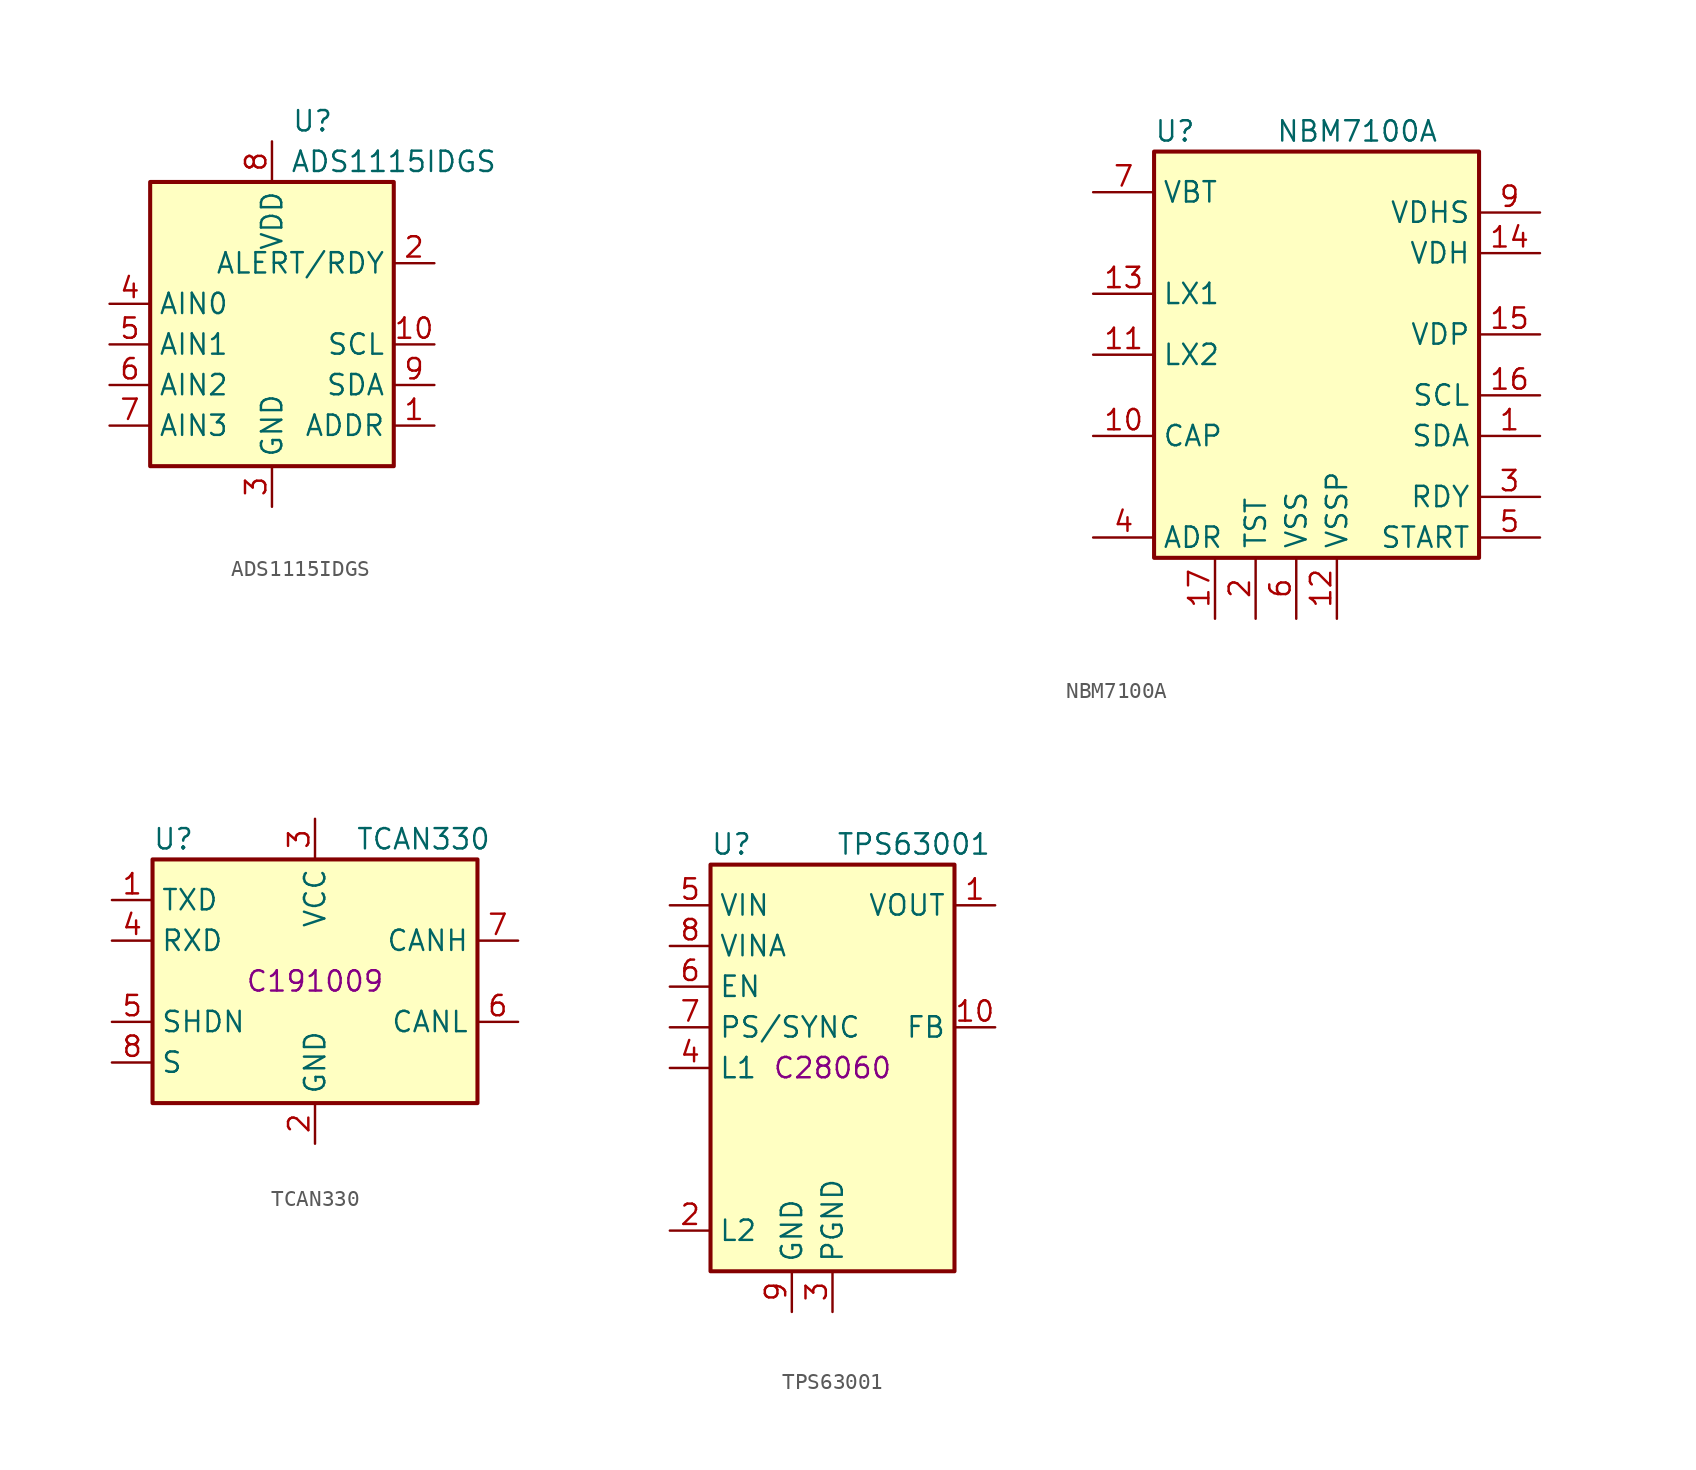
<source format=kicad_sym>
(kicad_symbol_lib
  (version 20220914)
  (generator kicad_symbol_editor)
  (symbol "ADS1115IDGS"
    (property "Reference" "U"
      (at 2.54 13.97 0)
      (effects (font (size 1.27 1.27))))
    (property "Value" "ADS1115IDGS"
      (at 7.62 11.43 0)
      (effects (font (size 1.27 1.27))))
    (symbol "ADS1115IDGS_0_1"
      (rectangle (start -7.62 10.16) (end 7.62 -7.62) (stroke (width 0.254) (type default)) (fill (type background))))
    (symbol "ADS1115IDGS_1_1"
      (pin input line (at 10.16 -5.08 180) (length 2.54) (name "ADDR" (effects (font (size 1.27 1.27)))) (number "1" (effects (font (size 1.27 1.27)))))
      (pin input line (at 10.16 0 180) (length 2.54) (name "SCL" (effects (font (size 1.27 1.27)))) (number "10" (effects (font (size 1.27 1.27)))))
      (pin output line (at 10.16 5.08 180) (length 2.54) (name "ALERT/RDY" (effects (font (size 1.27 1.27)))) (number "2" (effects (font (size 1.27 1.27)))))
      (pin power_in line (at 0 -10.16 90) (length 2.54) (name "GND" (effects (font (size 1.27 1.27)))) (number "3" (effects (font (size 1.27 1.27)))))
      (pin input line (at -10.16 2.54 0) (length 2.54) (name "AIN0" (effects (font (size 1.27 1.27)))) (number "4" (effects (font (size 1.27 1.27)))))
      (pin input line (at -10.16 0 0) (length 2.54) (name "AIN1" (effects (font (size 1.27 1.27)))) (number "5" (effects (font (size 1.27 1.27)))))
      (pin input line (at -10.16 -2.54 0) (length 2.54) (name "AIN2" (effects (font (size 1.27 1.27)))) (number "6" (effects (font (size 1.27 1.27)))))
      (pin input line (at -10.16 -5.08 0) (length 2.54) (name "AIN3" (effects (font (size 1.27 1.27)))) (number "7" (effects (font (size 1.27 1.27)))))
      (pin power_in line (at 0 12.7 270) (length 2.54) (name "VDD" (effects (font (size 1.27 1.27)))) (number "8" (effects (font (size 1.27 1.27)))))
      (pin bidirectional line (at 10.16 -2.54 180) (length 2.54) (name "SDA" (effects (font (size 1.27 1.27)))) (number "9" (effects (font (size 1.27 1.27)))))))
  (symbol "NBM7100A"
    (property "Reference" "U"
      (at -7.62 13.97 0)
      (effects (font (size 1.27 1.27)) (justify left)))
    (property "Value" "NBM7100A"
      (at 5.08 13.97 0)
      (effects (font (size 1.27 1.27))))
    (symbol "NBM7100A_0_1"
      (rectangle (start -7.62 12.7) (end 12.7 -12.7) (stroke (width 0.254) (type default)) (fill (type background))))
    (symbol "NBM7100A_1_0"
      (pin power_out line (at 3.81 -16.51 90) (length 3.81) (name "VSSP" (effects (font (size 1.27 1.27)))) (number "12" (effects (font (size 1.27 1.27)))))
      (pin bidirectional line (at -11.43 3.81 0) (length 3.81) (name "LX1" (effects (font (size 1.27 1.27)))) (number "13" (effects (font (size 1.27 1.27)))))
      (pin power_out line (at 16.51 6.35 180) (length 3.81) (name "VDH" (effects (font (size 1.27 1.27)))) (number "14" (effects (font (size 1.27 1.27)))))
      (pin power_out line (at 16.51 1.27 180) (length 3.81) (name "VDP" (effects (font (size 1.27 1.27)))) (number "15" (effects (font (size 1.27 1.27)))))
      (pin input line (at 16.51 -2.54 180) (length 3.81) (name "SCL" (effects (font (size 1.27 1.27)))) (number "16" (effects (font (size 1.27 1.27)))))
      (pin input line (at -3.81 -16.51 90) (length 3.81) (name "" (effects (font (size 1.27 1.27)))) (number "17" (effects (font (size 1.27 1.27)))))
      (pin no_connect line (at -33.02 -15.24 180) (length 3.81) hide (name "" (effects (font (size 1.27 1.27)))) (number "8" (effects (font (size 1.27 1.27))))))
    (symbol "NBM7100A_1_1"
      (pin input line (at 16.51 -5.08 180) (length 3.81) (name "SDA" (effects (font (size 1.27 1.27)))) (number "1" (effects (font (size 1.27 1.27)))))
      (pin power_out line (at -11.43 -5.08 0) (length 3.81) (name "CAP" (effects (font (size 1.27 1.27)))) (number "10" (effects (font (size 1.27 1.27)))))
      (pin bidirectional line (at -11.43 0 0) (length 3.81) (name "LX2" (effects (font (size 1.27 1.27)))) (number "11" (effects (font (size 1.27 1.27)))))
      (pin input line (at -1.27 -16.51 90) (length 3.81) (name "TST" (effects (font (size 1.27 1.27)))) (number "2" (effects (font (size 1.27 1.27)))))
      (pin output line (at 16.51 -8.89 180) (length 3.81) (name "RDY" (effects (font (size 1.27 1.27)))) (number "3" (effects (font (size 1.27 1.27)))))
      (pin input line (at -11.43 -11.43 0) (length 3.81) (name "ADR" (effects (font (size 1.27 1.27)))) (number "4" (effects (font (size 1.27 1.27)))))
      (pin input line (at 16.51 -11.43 180) (length 3.81) (name "START" (effects (font (size 1.27 1.27)))) (number "5" (effects (font (size 1.27 1.27)))))
      (pin power_in line (at 1.27 -16.51 90) (length 3.81) (name "VSS" (effects (font (size 1.27 1.27)))) (number "6" (effects (font (size 1.27 1.27)))))
      (pin power_in line (at -11.43 10.16 0) (length 3.81) (name "VBT" (effects (font (size 1.27 1.27)))) (number "7" (effects (font (size 1.27 1.27)))))
      (pin input line (at 16.51 8.89 180) (length 3.81) (name "VDHS" (effects (font (size 1.27 1.27)))) (number "9" (effects (font (size 1.27 1.27)))))))
  (symbol "TCAN330"
    (property "Reference" "U"
      (at -10.16 8.89 0)
      (effects (font (size 1.27 1.27)) (justify left)))
    (property "Value" "TCAN330"
      (at 2.54 8.89 0)
      (effects (font (size 1.27 1.27)) (justify left)))
    (property "JLC Part #" "C191009"
      (at 0 0 0)
      (effects (font (size 1.27 1.27))))
    (symbol "TCAN330_0_1"
      (rectangle (start -10.16 7.62) (end 10.16 -7.62) (stroke (width 0.254) (type default)) (fill (type background))))
    (symbol "TCAN330_1_1"
      (pin input line (at -12.7 5.08 0) (length 2.54) (name "TXD" (effects (font (size 1.27 1.27)))) (number "1" (effects (font (size 1.27 1.27)))))
      (pin power_in line (at 0 -10.16 90) (length 2.54) (name "GND" (effects (font (size 1.27 1.27)))) (number "2" (effects (font (size 1.27 1.27)))))
      (pin power_in line (at 0 10.16 270) (length 2.54) (name "VCC" (effects (font (size 1.27 1.27)))) (number "3" (effects (font (size 1.27 1.27)))))
      (pin tri_state line (at -12.7 2.54 0) (length 2.54) (name "RXD" (effects (font (size 1.27 1.27)))) (number "4" (effects (font (size 1.27 1.27)))))
      (pin input line (at -12.7 -2.54 0) (length 2.54) (name "SHDN" (effects (font (size 1.27 1.27)))) (number "5" (effects (font (size 1.27 1.27)))))
      (pin bidirectional line (at 12.7 -2.54 180) (length 2.54) (name "CANL" (effects (font (size 1.27 1.27)))) (number "6" (effects (font (size 1.27 1.27)))))
      (pin bidirectional line (at 12.7 2.54 180) (length 2.54) (name "CANH" (effects (font (size 1.27 1.27)))) (number "7" (effects (font (size 1.27 1.27)))))
      (pin input line (at -12.7 -5.08 0) (length 2.54) (name "S" (effects (font (size 1.27 1.27)))) (number "8" (effects (font (size 1.27 1.27)))))))
  (symbol "TPS63001"
    (property "Reference" "U"
      (at -7.62 13.97 0)
      (effects (font (size 1.27 1.27)) (justify left)))
    (property "Value" "TPS63001"
      (at 5.08 13.97 0)
      (effects (font (size 1.27 1.27))))
    (property "JLC Part #" "C28060"
      (at 0 0 0)
      (effects (font (size 1.27 1.27))))
    (symbol "TPS63001_0_1"
      (rectangle (start -7.62 12.7) (end 7.62 -12.7) (stroke (width 0.254) (type default)) (fill (type background))))
    (symbol "TPS63001_1_1"
      (pin power_out line (at 10.16 10.16 180) (length 2.54) (name "VOUT" (effects (font (size 1.27 1.27)))) (number "1" (effects (font (size 1.27 1.27)))))
      (pin input line (at 10.16 2.54 180) (length 2.54) (name "FB" (effects (font (size 1.27 1.27)))) (number "10" (effects (font (size 1.27 1.27)))))
      (pin passive line (at 0 -15.24 90) (length 2.54) hide (name "PGND" (effects (font (size 1.27 1.27)))) (number "11" (effects (font (size 1.27 1.27)))))
      (pin input line (at -10.16 -10.16 0) (length 2.54) (name "L2" (effects (font (size 1.27 1.27)))) (number "2" (effects (font (size 1.27 1.27)))))
      (pin power_in line (at 0 -15.24 90) (length 2.54) (name "PGND" (effects (font (size 1.27 1.27)))) (number "3" (effects (font (size 1.27 1.27)))))
      (pin input line (at -10.16 0 0) (length 2.54) (name "L1" (effects (font (size 1.27 1.27)))) (number "4" (effects (font (size 1.27 1.27)))))
      (pin power_in line (at -10.16 10.16 0) (length 2.54) (name "VIN" (effects (font (size 1.27 1.27)))) (number "5" (effects (font (size 1.27 1.27)))))
      (pin input line (at -10.16 5.08 0) (length 2.54) (name "EN" (effects (font (size 1.27 1.27)))) (number "6" (effects (font (size 1.27 1.27)))))
      (pin input line (at -10.16 2.54 0) (length 2.54) (name "PS/SYNC" (effects (font (size 1.27 1.27)))) (number "7" (effects (font (size 1.27 1.27)))))
      (pin power_in line (at -10.16 7.62 0) (length 2.54) (name "VINA" (effects (font (size 1.27 1.27)))) (number "8" (effects (font (size 1.27 1.27)))))
      (pin power_in line (at -2.54 -15.24 90) (length 2.54) (name "GND" (effects (font (size 1.27 1.27)))) (number "9" (effects (font (size 1.27 1.27))))))))
</source>
